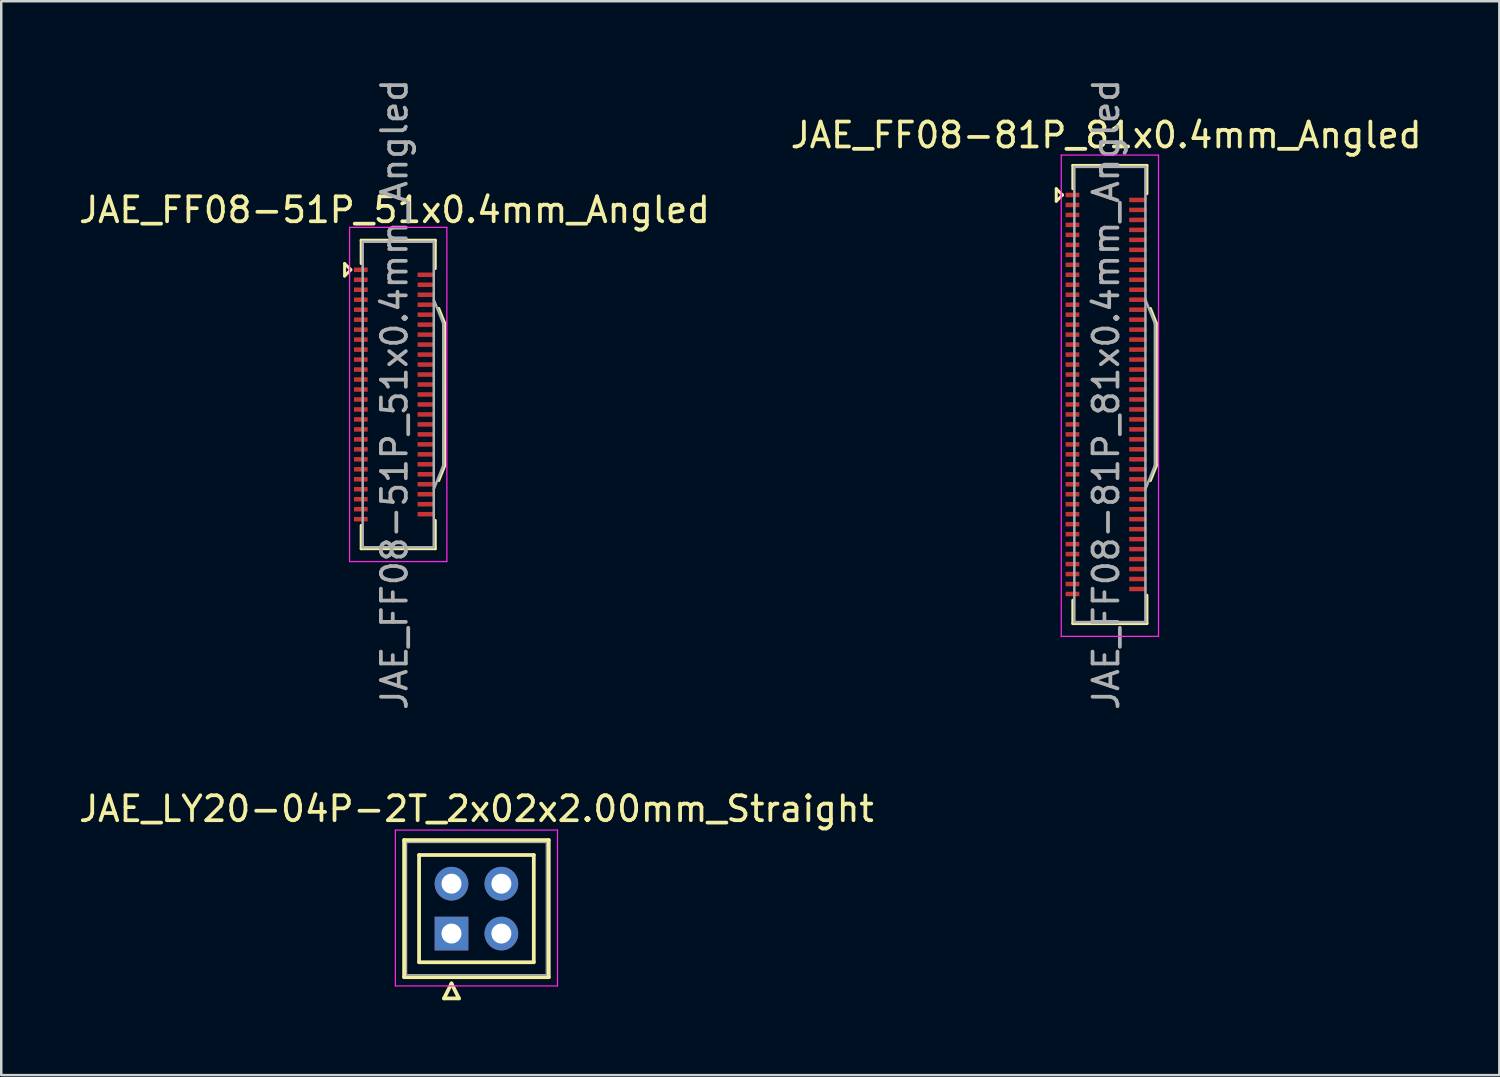
<source format=kicad_pcb>
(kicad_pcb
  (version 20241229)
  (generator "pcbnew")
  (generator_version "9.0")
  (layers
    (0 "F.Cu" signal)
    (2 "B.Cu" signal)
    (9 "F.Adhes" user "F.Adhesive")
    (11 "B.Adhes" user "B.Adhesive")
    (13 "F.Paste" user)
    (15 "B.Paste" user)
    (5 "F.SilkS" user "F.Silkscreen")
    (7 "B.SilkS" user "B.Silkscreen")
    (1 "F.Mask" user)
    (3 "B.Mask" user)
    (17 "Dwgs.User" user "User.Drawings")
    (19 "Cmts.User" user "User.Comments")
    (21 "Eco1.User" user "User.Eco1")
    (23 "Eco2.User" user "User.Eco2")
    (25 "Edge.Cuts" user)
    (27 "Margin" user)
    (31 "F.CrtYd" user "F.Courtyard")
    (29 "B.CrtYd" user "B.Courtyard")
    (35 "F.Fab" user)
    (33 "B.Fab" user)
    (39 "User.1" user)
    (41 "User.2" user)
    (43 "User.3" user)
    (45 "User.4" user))
  (footprint "JAE_LY20-04P-2T_2x02x2.00mm_Straight"
    (layer "F.Cu")
    (at 15.054 34.384)
    (property "Reference" "JAE_LY20-04P-2T_2x02x2.00mm_Straight" (at 1 -5 0) (layer "F.SilkS") (effects (font (size 1 1) (thickness 0.15))))
    (attr through_hole)
    (fp_line (start -1.9 -3.75) (end -1.9 1.75) (stroke (width 0.15) (type solid)) (layer "F.SilkS"))
    (fp_line (start -1.9 1.75) (end 3.9 1.75) (stroke (width 0.15) (type solid)) (layer "F.SilkS"))
    (fp_line (start -1.3 -3.15) (end -1.3 1.15) (stroke (width 0.15) (type solid)) (layer "F.SilkS"))
    (fp_line (start -1.3 1.15) (end 3.3 1.15) (stroke (width 0.15) (type solid)) (layer "F.SilkS"))
    (fp_line (start -0.3 2.6) (end 0.3 2.6) (stroke (width 0.15) (type solid)) (layer "F.SilkS"))
    (fp_line (start 0 2) (end -0.3 2.6) (stroke (width 0.15) (type solid)) (layer "F.SilkS"))
    (fp_line (start 0.3 2.6) (end 0 2) (stroke (width 0.15) (type solid)) (layer "F.SilkS"))
    (fp_line (start 3.3 -3.15) (end -1.3 -3.15) (stroke (width 0.15) (type solid)) (layer "F.SilkS"))
    (fp_line (start 3.3 1.15) (end 3.3 -3.15) (stroke (width 0.15) (type solid)) (layer "F.SilkS"))
    (fp_line (start 3.9 -3.75) (end -1.9 -3.75) (stroke (width 0.15) (type solid)) (layer "F.SilkS"))
    (fp_line (start 3.9 1.75) (end 3.9 -3.75) (stroke (width 0.15) (type solid)) (layer "F.SilkS"))
    (fp_line (start -2.25 -4.15) (end -2.25 2.1) (stroke (width 0.05) (type solid)) (layer "F.CrtYd"))
    (fp_line (start -2.25 2.1) (end 4.25 2.1) (stroke (width 0.05) (type solid)) (layer "F.CrtYd"))
    (fp_line (start 4.25 -4.15) (end -2.25 -4.15) (stroke (width 0.05) (type solid)) (layer "F.CrtYd"))
    (fp_line (start 4.25 2.1) (end 4.25 -4.15) (stroke (width 0.05) (type solid)) (layer "F.CrtYd"))
    (fp_line (start -1.8 -3.65) (end -1.8 1.65) (stroke (width 0.05) (type solid)) (layer "F.Fab"))
    (fp_line (start -1.8 1.65) (end 3.8 1.65) (stroke (width 0.05) (type solid)) (layer "F.Fab"))
    (fp_line (start 3.8 -3.65) (end -1.8 -3.65) (stroke (width 0.05) (type solid)) (layer "F.Fab"))
    (fp_line (start 3.8 1.65) (end 3.8 -3.65) (stroke (width 0.05) (type solid)) (layer "F.Fab"))
    (pad "1" thru_hole rect (at 0 0) (size 1.35 1.35) (drill 0.8) (layers "*.Cu" "*.Mask"))
    (pad "2" thru_hole circle (at 2 0) (size 1.35 1.35) (drill 0.8) (layers "*.Cu" "*.Mask"))
    (pad "3" thru_hole circle (at 0 -2) (size 1.35 1.35) (drill 0.8) (layers "*.Cu" "*.Mask"))
    (pad "4" thru_hole circle (at 2 -2) (size 1.35 1.35) (drill 0.8) (layers "*.Cu" "*.Mask")))
  (footprint "JAE_FF08-51P_51x0.4mm_Angled"
    (layer "F.Cu")
    (at 12.768 12.768)
    (property "Reference" "JAE_FF08-51P_51x0.4mm_Angled" (at 0 -7.4 0) (layer "F.SilkS") (effects (font (size 1 1) (thickness 0.15))))
    (attr smd)
    (fp_line (start -2 -5.25) (end -1.75 -5) (stroke (width 0.12) (type solid)) (layer "F.SilkS"))
    (fp_line (start -2 -4.75) (end -2 -5.25) (stroke (width 0.12) (type solid)) (layer "F.SilkS"))
    (fp_line (start -1.75 -5) (end -2 -4.75) (stroke (width 0.12) (type solid)) (layer "F.SilkS"))
    (fp_line (start -1.335 -6.185) (end -1.335 -5.25) (stroke (width 0.12) (type solid)) (layer "F.SilkS"))
    (fp_line (start -1.335 -6.185) (end 1.635 -6.185) (stroke (width 0.12) (type solid)) (layer "F.SilkS"))
    (fp_line (start -1.335 6.185) (end -1.335 5.25) (stroke (width 0.12) (type solid)) (layer "F.SilkS"))
    (fp_line (start 1.635 -6.185) (end 1.635 -5.05) (stroke (width 0.12) (type solid)) (layer "F.SilkS"))
    (fp_line (start 1.635 5.05) (end 1.635 6.185) (stroke (width 0.12) (type solid)) (layer "F.SilkS"))
    (fp_line (start 1.635 6.185) (end -1.335 6.185) (stroke (width 0.12) (type solid)) (layer "F.SilkS"))
    (fp_line (start 1.775 -3.45) (end 2.015 -2.85) (stroke (width 0.12) (type solid)) (layer "F.SilkS"))
    (fp_line (start 1.775 3.45) (end 2.015 2.85) (stroke (width 0.12) (type solid)) (layer "F.SilkS"))
    (fp_line (start 2.015 -2.85) (end 2.015 2.85) (stroke (width 0.12) (type solid)) (layer "F.SilkS"))
    (fp_line (start -1.8 -6.7) (end 2.1 -6.7) (stroke (width 0.05) (type solid)) (layer "F.CrtYd"))
    (fp_line (start -1.8 6.7) (end -1.8 -6.7) (stroke (width 0.05) (type solid)) (layer "F.CrtYd"))
    (fp_line (start 2.1 -6.7) (end 2.1 6.7) (stroke (width 0.05) (type solid)) (layer "F.CrtYd"))
    (fp_line (start 2.1 6.7) (end -1.8 6.7) (stroke (width 0.05) (type solid)) (layer "F.CrtYd"))
    (fp_line (start -1.275 -6.125) (end 1.575 -6.125) (stroke (width 0.1) (type solid)) (layer "F.Fab"))
    (fp_line (start -1.275 6.125) (end -1.275 -6.125) (stroke (width 0.1) (type solid)) (layer "F.Fab"))
    (fp_line (start -1.275 6.125) (end 1.575 6.125) (stroke (width 0.1) (type solid)) (layer "F.Fab"))
    (fp_line (start 1.575 6.125) (end 1.575 -6.125) (stroke (width 0.1) (type solid)) (layer "F.Fab"))
    (fp_line (start 1.955 -2.85) (end 1.575 -3.8) (stroke (width 0.1) (type solid)) (layer "F.Fab"))
    (fp_line (start 1.955 2.85) (end 1.575 3.8) (stroke (width 0.1) (type solid)) (layer "F.Fab"))
    (fp_line (start 1.955 2.85) (end 1.955 -2.85) (stroke (width 0.1) (type solid)) (layer "F.Fab"))
    (fp_text user "${REFERENCE}" (at 0 0 90) (layer "F.Fab") (effects (font (size 1 1) (thickness 0.15))))
    (pad "1" smd rect (at -1.35 -5 90) (size 0.18 0.55) (layers "F.Cu" "F.Mask" "F.Paste"))
    (pad "2" smd rect (at 1.275 -4.8 90) (size 0.18 0.7) (layers "F.Cu" "F.Mask" "F.Paste"))
    (pad "3" smd rect (at -1.35 -4.6 90) (size 0.18 0.55) (layers "F.Cu" "F.Mask" "F.Paste"))
    (pad "4" smd rect (at 1.275 -4.4 90) (size 0.18 0.7) (layers "F.Cu" "F.Mask" "F.Paste"))
    (pad "5" smd rect (at -1.35 -4.2 90) (size 0.18 0.55) (layers "F.Cu" "F.Mask" "F.Paste"))
    (pad "6" smd rect (at 1.275 -4 90) (size 0.18 0.7) (layers "F.Cu" "F.Mask" "F.Paste"))
    (pad "7" smd rect (at -1.35 -3.8 90) (size 0.18 0.55) (layers "F.Cu" "F.Mask" "F.Paste"))
    (pad "8" smd rect (at 1.275 -3.6 90) (size 0.18 0.7) (layers "F.Cu" "F.Mask" "F.Paste"))
    (pad "9" smd rect (at -1.35 -3.4 90) (size 0.18 0.55) (layers "F.Cu" "F.Mask" "F.Paste"))
    (pad "10" smd rect (at 1.275 -3.2 90) (size 0.18 0.7) (layers "F.Cu" "F.Mask" "F.Paste"))
    (pad "11" smd rect (at -1.35 -3 90) (size 0.18 0.55) (layers "F.Cu" "F.Mask" "F.Paste"))
    (pad "12" smd rect (at 1.275 -2.8 90) (size 0.18 0.7) (layers "F.Cu" "F.Mask" "F.Paste"))
    (pad "13" smd rect (at -1.35 -2.6 90) (size 0.18 0.55) (layers "F.Cu" "F.Mask" "F.Paste"))
    (pad "14" smd rect (at 1.275 -2.4 90) (size 0.18 0.7) (layers "F.Cu" "F.Mask" "F.Paste"))
    (pad "15" smd rect (at -1.35 -2.2 90) (size 0.18 0.55) (layers "F.Cu" "F.Mask" "F.Paste"))
    (pad "16" smd rect (at 1.275 -2 90) (size 0.18 0.7) (layers "F.Cu" "F.Mask" "F.Paste"))
    (pad "17" smd rect (at -1.35 -1.8 90) (size 0.18 0.55) (layers "F.Cu" "F.Mask" "F.Paste"))
    (pad "18" smd rect (at 1.275 -1.6 90) (size 0.18 0.7) (layers "F.Cu" "F.Mask" "F.Paste"))
    (pad "19" smd rect (at -1.35 -1.4 90) (size 0.18 0.55) (layers "F.Cu" "F.Mask" "F.Paste"))
    (pad "20" smd rect (at 1.275 -1.2 90) (size 0.18 0.7) (layers "F.Cu" "F.Mask" "F.Paste"))
    (pad "21" smd rect (at -1.35 -1 90) (size 0.18 0.55) (layers "F.Cu" "F.Mask" "F.Paste"))
    (pad "22" smd rect (at 1.275 -0.8 90) (size 0.18 0.7) (layers "F.Cu" "F.Mask" "F.Paste"))
    (pad "23" smd rect (at -1.35 -0.6 90) (size 0.18 0.55) (layers "F.Cu" "F.Mask" "F.Paste"))
    (pad "24" smd rect (at 1.275 -0.4 90) (size 0.18 0.7) (layers "F.Cu" "F.Mask" "F.Paste"))
    (pad "25" smd rect (at -1.35 -0.2 90) (size 0.18 0.55) (layers "F.Cu" "F.Mask" "F.Paste"))
    (pad "26" smd rect (at 1.275 0 90) (size 0.18 0.7) (layers "F.Cu" "F.Mask" "F.Paste"))
    (pad "27" smd rect (at -1.35 0.2 90) (size 0.18 0.55) (layers "F.Cu" "F.Mask" "F.Paste"))
    (pad "28" smd rect (at 1.275 0.4 90) (size 0.18 0.7) (layers "F.Cu" "F.Mask" "F.Paste"))
    (pad "29" smd rect (at -1.35 0.6 90) (size 0.18 0.55) (layers "F.Cu" "F.Mask" "F.Paste"))
    (pad "30" smd rect (at 1.275 0.8 90) (size 0.18 0.7) (layers "F.Cu" "F.Mask" "F.Paste"))
    (pad "31" smd rect (at -1.35 1 90) (size 0.18 0.55) (layers "F.Cu" "F.Mask" "F.Paste"))
    (pad "32" smd rect (at 1.275 1.2 90) (size 0.18 0.7) (layers "F.Cu" "F.Mask" "F.Paste"))
    (pad "33" smd rect (at -1.35 1.4 90) (size 0.18 0.55) (layers "F.Cu" "F.Mask" "F.Paste"))
    (pad "34" smd rect (at 1.275 1.6 90) (size 0.18 0.7) (layers "F.Cu" "F.Mask" "F.Paste"))
    (pad "35" smd rect (at -1.35 1.8 90) (size 0.18 0.55) (layers "F.Cu" "F.Mask" "F.Paste"))
    (pad "36" smd rect (at 1.275 2 90) (size 0.18 0.7) (layers "F.Cu" "F.Mask" "F.Paste"))
    (pad "37" smd rect (at -1.35 2.2 90) (size 0.18 0.55) (layers "F.Cu" "F.Mask" "F.Paste"))
    (pad "38" smd rect (at 1.275 2.4 90) (size 0.18 0.7) (layers "F.Cu" "F.Mask" "F.Paste"))
    (pad "39" smd rect (at -1.35 2.6 90) (size 0.18 0.55) (layers "F.Cu" "F.Mask" "F.Paste"))
    (pad "40" smd rect (at 1.275 2.8 90) (size 0.18 0.7) (layers "F.Cu" "F.Mask" "F.Paste"))
    (pad "41" smd rect (at -1.35 3 90) (size 0.18 0.55) (layers "F.Cu" "F.Mask" "F.Paste"))
    (pad "42" smd rect (at 1.275 3.2 90) (size 0.18 0.7) (layers "F.Cu" "F.Mask" "F.Paste"))
    (pad "43" smd rect (at -1.35 3.4 90) (size 0.18 0.55) (layers "F.Cu" "F.Mask" "F.Paste"))
    (pad "44" smd rect (at 1.275 3.6 90) (size 0.18 0.7) (layers "F.Cu" "F.Mask" "F.Paste"))
    (pad "45" smd rect (at -1.35 3.8 90) (size 0.18 0.55) (layers "F.Cu" "F.Mask" "F.Paste"))
    (pad "46" smd rect (at 1.275 4 90) (size 0.18 0.7) (layers "F.Cu" "F.Mask" "F.Paste"))
    (pad "47" smd rect (at -1.35 4.2 90) (size 0.18 0.55) (layers "F.Cu" "F.Mask" "F.Paste"))
    (pad "48" smd rect (at 1.275 4.4 90) (size 0.18 0.7) (layers "F.Cu" "F.Mask" "F.Paste"))
    (pad "49" smd rect (at -1.35 4.6 90) (size 0.18 0.55) (layers "F.Cu" "F.Mask" "F.Paste"))
    (pad "50" smd rect (at 1.275 4.8 90) (size 0.18 0.7) (layers "F.Cu" "F.Mask" "F.Paste"))
    (pad "51" smd rect (at -1.35 5 90) (size 0.18 0.55) (layers "F.Cu" "F.Mask" "F.Paste")))
  (footprint "JAE_FF08-81P_81x0.4mm_Angled"
    (layer "F.Cu")
    (at 41.304 12.768)
    (property "Reference" "JAE_FF08-81P_81x0.4mm_Angled" (at 0 -10.4 0) (layer "F.SilkS") (effects (font (size 1 1) (thickness 0.15))))
    (attr smd)
    (fp_line (start -2 -8.25) (end -1.75 -8) (stroke (width 0.12) (type solid)) (layer "F.SilkS"))
    (fp_line (start -2 -7.75) (end -2 -8.25) (stroke (width 0.12) (type solid)) (layer "F.SilkS"))
    (fp_line (start -1.75 -8) (end -2 -7.75) (stroke (width 0.12) (type solid)) (layer "F.SilkS"))
    (fp_line (start -1.335 -9.185) (end -1.335 -8.25) (stroke (width 0.12) (type solid)) (layer "F.SilkS"))
    (fp_line (start -1.335 -9.185) (end 1.635 -9.185) (stroke (width 0.12) (type solid)) (layer "F.SilkS"))
    (fp_line (start -1.335 9.185) (end -1.335 8.25) (stroke (width 0.12) (type solid)) (layer "F.SilkS"))
    (fp_line (start 1.635 -9.185) (end 1.635 -8.05) (stroke (width 0.12) (type solid)) (layer "F.SilkS"))
    (fp_line (start 1.635 8.05) (end 1.635 9.185) (stroke (width 0.12) (type solid)) (layer "F.SilkS"))
    (fp_line (start 1.635 9.185) (end -1.335 9.185) (stroke (width 0.12) (type solid)) (layer "F.SilkS"))
    (fp_line (start 1.775 -3.45) (end 2.015 -2.85) (stroke (width 0.12) (type solid)) (layer "F.SilkS"))
    (fp_line (start 1.775 3.45) (end 2.015 2.85) (stroke (width 0.12) (type solid)) (layer "F.SilkS"))
    (fp_line (start 2.015 -2.85) (end 2.015 2.85) (stroke (width 0.12) (type solid)) (layer "F.SilkS"))
    (fp_line (start -1.8 -9.6) (end 2.1 -9.6) (stroke (width 0.05) (type solid)) (layer "F.CrtYd"))
    (fp_line (start -1.8 9.7) (end -1.8 -9.6) (stroke (width 0.05) (type solid)) (layer "F.CrtYd"))
    (fp_line (start 2.1 -9.6) (end 2.1 9.7) (stroke (width 0.05) (type solid)) (layer "F.CrtYd"))
    (fp_line (start 2.1 9.7) (end -1.8 9.7) (stroke (width 0.05) (type solid)) (layer "F.CrtYd"))
    (fp_line (start -1.275 -9.125) (end 1.575 -9.125) (stroke (width 0.1) (type solid)) (layer "F.Fab"))
    (fp_line (start -1.275 9.125) (end -1.275 -9.125) (stroke (width 0.1) (type solid)) (layer "F.Fab"))
    (fp_line (start -1.275 9.125) (end 1.575 9.125) (stroke (width 0.1) (type solid)) (layer "F.Fab"))
    (fp_line (start 1.575 9.125) (end 1.575 -9.125) (stroke (width 0.1) (type solid)) (layer "F.Fab"))
    (fp_line (start 1.955 -2.85) (end 1.575 -3.8) (stroke (width 0.1) (type solid)) (layer "F.Fab"))
    (fp_line (start 1.955 2.85) (end 1.575 3.8) (stroke (width 0.1) (type solid)) (layer "F.Fab"))
    (fp_line (start 1.955 2.85) (end 1.955 -2.85) (stroke (width 0.1) (type solid)) (layer "F.Fab"))
    (fp_text user "${REFERENCE}" (at 0 0 90) (layer "F.Fab") (effects (font (size 1 1) (thickness 0.15))))
    (pad "1" smd rect (at -1.35 -8 90) (size 0.18 0.55) (layers "F.Cu" "F.Mask" "F.Paste"))
    (pad "2" smd rect (at 1.275 -7.8 90) (size 0.18 0.7) (layers "F.Cu" "F.Mask" "F.Paste"))
    (pad "3" smd rect (at -1.35 -7.6 90) (size 0.18 0.55) (layers "F.Cu" "F.Mask" "F.Paste"))
    (pad "4" smd rect (at 1.275 -7.4 90) (size 0.18 0.7) (layers "F.Cu" "F.Mask" "F.Paste"))
    (pad "5" smd rect (at -1.35 -7.2 90) (size 0.18 0.55) (layers "F.Cu" "F.Mask" "F.Paste"))
    (pad "6" smd rect (at 1.275 -7 90) (size 0.18 0.7) (layers "F.Cu" "F.Mask" "F.Paste"))
    (pad "7" smd rect (at -1.35 -6.8 90) (size 0.18 0.55) (layers "F.Cu" "F.Mask" "F.Paste"))
    (pad "8" smd rect (at 1.275 -6.6 90) (size 0.18 0.7) (layers "F.Cu" "F.Mask" "F.Paste"))
    (pad "9" smd rect (at -1.35 -6.4 90) (size 0.18 0.55) (layers "F.Cu" "F.Mask" "F.Paste"))
    (pad "10" smd rect (at 1.275 -6.2 90) (size 0.18 0.7) (layers "F.Cu" "F.Mask" "F.Paste"))
    (pad "11" smd rect (at -1.35 -6 90) (size 0.18 0.55) (layers "F.Cu" "F.Mask" "F.Paste"))
    (pad "12" smd rect (at 1.275 -5.8 90) (size 0.18 0.7) (layers "F.Cu" "F.Mask" "F.Paste"))
    (pad "13" smd rect (at -1.35 -5.6 90) (size 0.18 0.55) (layers "F.Cu" "F.Mask" "F.Paste"))
    (pad "14" smd rect (at 1.275 -5.4 90) (size 0.18 0.7) (layers "F.Cu" "F.Mask" "F.Paste"))
    (pad "15" smd rect (at -1.35 -5.2 90) (size 0.18 0.55) (layers "F.Cu" "F.Mask" "F.Paste"))
    (pad "16" smd rect (at 1.275 -5 90) (size 0.18 0.7) (layers "F.Cu" "F.Mask" "F.Paste"))
    (pad "17" smd rect (at -1.35 -4.8 90) (size 0.18 0.55) (layers "F.Cu" "F.Mask" "F.Paste"))
    (pad "18" smd rect (at 1.275 -4.6 90) (size 0.18 0.7) (layers "F.Cu" "F.Mask" "F.Paste"))
    (pad "19" smd rect (at -1.35 -4.4 90) (size 0.18 0.55) (layers "F.Cu" "F.Mask" "F.Paste"))
    (pad "20" smd rect (at 1.275 -4.2 90) (size 0.18 0.7) (layers "F.Cu" "F.Mask" "F.Paste"))
    (pad "21" smd rect (at -1.35 -4 90) (size 0.18 0.55) (layers "F.Cu" "F.Mask" "F.Paste"))
    (pad "22" smd rect (at 1.275 -3.8 90) (size 0.18 0.7) (layers "F.Cu" "F.Mask" "F.Paste"))
    (pad "23" smd rect (at -1.35 -3.6 90) (size 0.18 0.55) (layers "F.Cu" "F.Mask" "F.Paste"))
    (pad "24" smd rect (at 1.275 -3.4 90) (size 0.18 0.7) (layers "F.Cu" "F.Mask" "F.Paste"))
    (pad "25" smd rect (at -1.35 -3.2 90) (size 0.18 0.55) (layers "F.Cu" "F.Mask" "F.Paste"))
    (pad "26" smd rect (at 1.275 -3 90) (size 0.18 0.7) (layers "F.Cu" "F.Mask" "F.Paste"))
    (pad "27" smd rect (at -1.35 -2.8 90) (size 0.18 0.55) (layers "F.Cu" "F.Mask" "F.Paste"))
    (pad "28" smd rect (at 1.275 -2.6 90) (size 0.18 0.7) (layers "F.Cu" "F.Mask" "F.Paste"))
    (pad "29" smd rect (at -1.35 -2.4 90) (size 0.18 0.55) (layers "F.Cu" "F.Mask" "F.Paste"))
    (pad "30" smd rect (at 1.275 -2.2 90) (size 0.18 0.7) (layers "F.Cu" "F.Mask" "F.Paste"))
    (pad "31" smd rect (at -1.35 -2 90) (size 0.18 0.55) (layers "F.Cu" "F.Mask" "F.Paste"))
    (pad "32" smd rect (at 1.275 -1.8 90) (size 0.18 0.7) (layers "F.Cu" "F.Mask" "F.Paste"))
    (pad "33" smd rect (at -1.35 -1.6 90) (size 0.18 0.55) (layers "F.Cu" "F.Mask" "F.Paste"))
    (pad "34" smd rect (at 1.275 -1.4 90) (size 0.18 0.7) (layers "F.Cu" "F.Mask" "F.Paste"))
    (pad "35" smd rect (at -1.35 -1.2 90) (size 0.18 0.55) (layers "F.Cu" "F.Mask" "F.Paste"))
    (pad "36" smd rect (at 1.275 -1 90) (size 0.18 0.7) (layers "F.Cu" "F.Mask" "F.Paste"))
    (pad "37" smd rect (at -1.35 -0.8 90) (size 0.18 0.55) (layers "F.Cu" "F.Mask" "F.Paste"))
    (pad "38" smd rect (at 1.275 -0.6 90) (size 0.18 0.7) (layers "F.Cu" "F.Mask" "F.Paste"))
    (pad "39" smd rect (at -1.35 -0.4 90) (size 0.18 0.55) (layers "F.Cu" "F.Mask" "F.Paste"))
    (pad "40" smd rect (at 1.275 -0.2 90) (size 0.18 0.7) (layers "F.Cu" "F.Mask" "F.Paste"))
    (pad "41" smd rect (at -1.35 0 90) (size 0.18 0.55) (layers "F.Cu" "F.Mask" "F.Paste"))
    (pad "42" smd rect (at 1.275 0.2 90) (size 0.18 0.7) (layers "F.Cu" "F.Mask" "F.Paste"))
    (pad "43" smd rect (at -1.35 0.4 90) (size 0.18 0.55) (layers "F.Cu" "F.Mask" "F.Paste"))
    (pad "44" smd rect (at 1.275 0.6 90) (size 0.18 0.7) (layers "F.Cu" "F.Mask" "F.Paste"))
    (pad "45" smd rect (at -1.35 0.8 90) (size 0.18 0.55) (layers "F.Cu" "F.Mask" "F.Paste"))
    (pad "46" smd rect (at 1.275 1 90) (size 0.18 0.7) (layers "F.Cu" "F.Mask" "F.Paste"))
    (pad "47" smd rect (at -1.35 1.2 90) (size 0.18 0.55) (layers "F.Cu" "F.Mask" "F.Paste"))
    (pad "48" smd rect (at 1.275 1.4 90) (size 0.18 0.7) (layers "F.Cu" "F.Mask" "F.Paste"))
    (pad "49" smd rect (at -1.35 1.6 90) (size 0.18 0.55) (layers "F.Cu" "F.Mask" "F.Paste"))
    (pad "50" smd rect (at 1.275 1.8 90) (size 0.18 0.7) (layers "F.Cu" "F.Mask" "F.Paste"))
    (pad "51" smd rect (at -1.35 2 90) (size 0.18 0.55) (layers "F.Cu" "F.Mask" "F.Paste"))
    (pad "52" smd rect (at 1.275 2.2 90) (size 0.18 0.7) (layers "F.Cu" "F.Mask" "F.Paste"))
    (pad "53" smd rect (at -1.35 2.4 90) (size 0.18 0.55) (layers "F.Cu" "F.Mask" "F.Paste"))
    (pad "54" smd rect (at 1.275 2.6 90) (size 0.18 0.7) (layers "F.Cu" "F.Mask" "F.Paste"))
    (pad "55" smd rect (at -1.35 2.8 90) (size 0.18 0.55) (layers "F.Cu" "F.Mask" "F.Paste"))
    (pad "56" smd rect (at 1.275 3 90) (size 0.18 0.7) (layers "F.Cu" "F.Mask" "F.Paste"))
    (pad "57" smd rect (at -1.35 3.2 90) (size 0.18 0.55) (layers "F.Cu" "F.Mask" "F.Paste"))
    (pad "58" smd rect (at 1.275 3.4 90) (size 0.18 0.7) (layers "F.Cu" "F.Mask" "F.Paste"))
    (pad "59" smd rect (at -1.35 3.6 90) (size 0.18 0.55) (layers "F.Cu" "F.Mask" "F.Paste"))
    (pad "60" smd rect (at 1.275 3.8 90) (size 0.18 0.7) (layers "F.Cu" "F.Mask" "F.Paste"))
    (pad "61" smd rect (at -1.35 4 90) (size 0.18 0.55) (layers "F.Cu" "F.Mask" "F.Paste"))
    (pad "62" smd rect (at 1.275 4.2 90) (size 0.18 0.7) (layers "F.Cu" "F.Mask" "F.Paste"))
    (pad "63" smd rect (at -1.35 4.4 90) (size 0.18 0.55) (layers "F.Cu" "F.Mask" "F.Paste"))
    (pad "64" smd rect (at 1.275 4.6 90) (size 0.18 0.7) (layers "F.Cu" "F.Mask" "F.Paste"))
    (pad "65" smd rect (at -1.35 4.8 90) (size 0.18 0.55) (layers "F.Cu" "F.Mask" "F.Paste"))
    (pad "66" smd rect (at 1.275 5 90) (size 0.18 0.7) (layers "F.Cu" "F.Mask" "F.Paste"))
    (pad "67" smd rect (at -1.35 5.2 90) (size 0.18 0.55) (layers "F.Cu" "F.Mask" "F.Paste"))
    (pad "68" smd rect (at 1.275 5.4 90) (size 0.18 0.7) (layers "F.Cu" "F.Mask" "F.Paste"))
    (pad "69" smd rect (at -1.35 5.6 90) (size 0.18 0.55) (layers "F.Cu" "F.Mask" "F.Paste"))
    (pad "70" smd rect (at 1.275 5.8 90) (size 0.18 0.7) (layers "F.Cu" "F.Mask" "F.Paste"))
    (pad "71" smd rect (at -1.35 6 90) (size 0.18 0.55) (layers "F.Cu" "F.Mask" "F.Paste"))
    (pad "72" smd rect (at 1.275 6.2 90) (size 0.18 0.7) (layers "F.Cu" "F.Mask" "F.Paste"))
    (pad "73" smd rect (at -1.35 6.4 90) (size 0.18 0.55) (layers "F.Cu" "F.Mask" "F.Paste"))
    (pad "74" smd rect (at 1.275 6.6 90) (size 0.18 0.7) (layers "F.Cu" "F.Mask" "F.Paste"))
    (pad "75" smd rect (at -1.35 6.8 90) (size 0.18 0.55) (layers "F.Cu" "F.Mask" "F.Paste"))
    (pad "76" smd rect (at 1.275 7 90) (size 0.18 0.7) (layers "F.Cu" "F.Mask" "F.Paste"))
    (pad "77" smd rect (at -1.35 7.2 90) (size 0.18 0.55) (layers "F.Cu" "F.Mask" "F.Paste"))
    (pad "78" smd rect (at 1.275 7.4 90) (size 0.18 0.7) (layers "F.Cu" "F.Mask" "F.Paste"))
    (pad "79" smd rect (at -1.35 7.6 90) (size 0.18 0.55) (layers "F.Cu" "F.Mask" "F.Paste"))
    (pad "80" smd rect (at 1.275 7.8 90) (size 0.18 0.7) (layers "F.Cu" "F.Mask" "F.Paste"))
    (pad "81" smd rect (at -1.35 8 90) (size 0.18 0.55) (layers "F.Cu" "F.Mask" "F.Paste")))
  (gr_rect
    (start -3 -3)
    (end 57.071 40.059)
    (stroke (width 0.1) (type default))
    (fill no)
    (layer "Edge.Cuts")))
</source>
